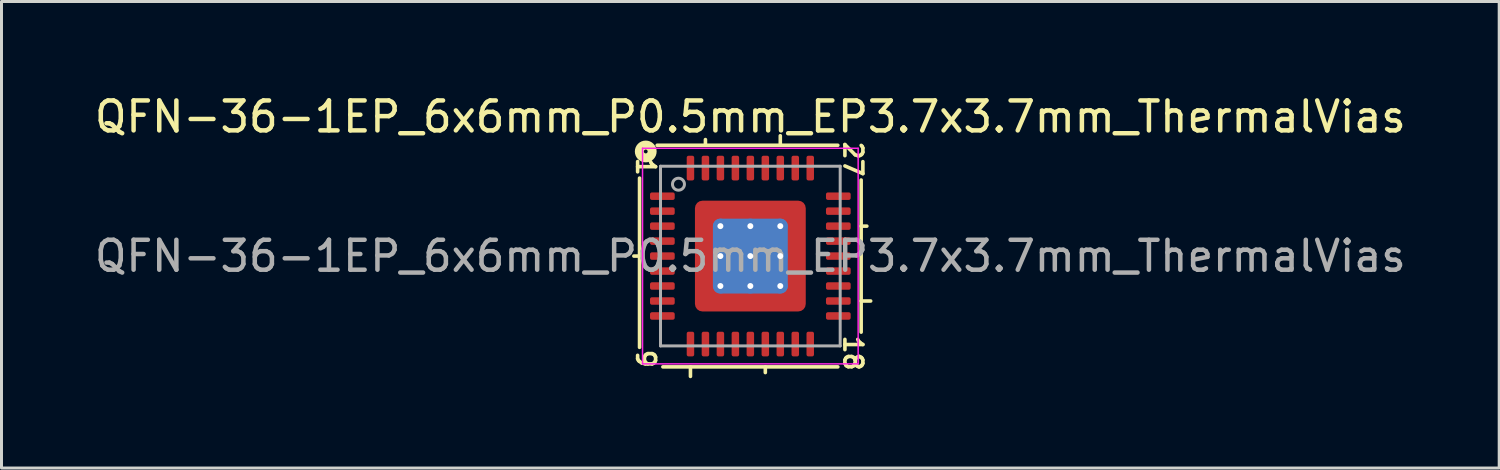
<source format=kicad_pcb>
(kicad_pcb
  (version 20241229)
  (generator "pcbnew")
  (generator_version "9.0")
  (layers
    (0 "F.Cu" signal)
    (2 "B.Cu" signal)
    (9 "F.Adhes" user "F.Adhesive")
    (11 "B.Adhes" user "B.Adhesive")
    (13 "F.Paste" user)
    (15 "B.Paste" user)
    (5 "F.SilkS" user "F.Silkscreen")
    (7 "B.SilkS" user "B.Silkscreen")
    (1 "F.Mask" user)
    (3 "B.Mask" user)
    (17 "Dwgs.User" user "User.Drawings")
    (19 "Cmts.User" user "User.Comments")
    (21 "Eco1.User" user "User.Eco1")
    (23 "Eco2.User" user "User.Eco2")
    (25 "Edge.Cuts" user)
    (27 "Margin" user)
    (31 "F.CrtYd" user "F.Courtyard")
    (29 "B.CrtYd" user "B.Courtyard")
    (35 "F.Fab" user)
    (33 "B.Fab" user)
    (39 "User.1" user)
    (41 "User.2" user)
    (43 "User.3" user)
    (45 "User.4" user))
  (footprint "QFN-36-1EP_6x6mm_P0.5mm_EP3.7x3.7mm_ThermalVias"
    (layer "F.Cu")
    (at 22.006 5.501)
    (property "Reference" "QFN-36-1EP_6x6mm_P0.5mm_EP3.7x3.7mm_ThermalVias" (at 0 -4.652 0) (layer "F.SilkS") (effects (font (size 1 1) (thickness 0.15))))
    (attr smd)
    (fp_line (start -3.7 -2.603) (end -3.7 3.048) (stroke (width 0.12) (type solid)) (layer "F.SilkS"))
    (fp_line (start -3.7 0) (end -3.89 0) (stroke (width 0.12) (type solid)) (layer "F.SilkS"))
    (fp_line (start -2.921 3.7) (end 2.921 3.7) (stroke (width 0.12) (type solid)) (layer "F.SilkS"))
    (fp_line (start -2 3.7) (end -2 4.018) (stroke (width 0.12) (type solid)) (layer "F.SilkS"))
    (fp_line (start -1.5 -3.7) (end -1.5 -3.89) (stroke (width 0.12) (type solid)) (layer "F.SilkS"))
    (fp_line (start 0.5 3.7) (end 0.5 3.89) (stroke (width 0.12) (type solid)) (layer "F.SilkS"))
    (fp_line (start 1 -3.7) (end 1 -4.018) (stroke (width 0.12) (type solid)) (layer "F.SilkS"))
    (fp_line (start 2.921 -3.7) (end -3.111 -3.7) (stroke (width 0.12) (type solid)) (layer "F.SilkS"))
    (fp_line (start 3.7 -1) (end 3.89 -1) (stroke (width 0.12) (type solid)) (layer "F.SilkS"))
    (fp_line (start 3.7 1.5) (end 4.018 1.5) (stroke (width 0.12) (type solid)) (layer "F.SilkS"))
    (fp_line (start 3.7 2.54) (end 3.7 -2.54) (stroke (width 0.12) (type solid)) (layer "F.SilkS"))
    (fp_circle (center -3.493 -3.493) (end -3.429 -3.493) (stroke (width 0.3) (type solid)) (fill no) (layer "F.SilkS"))
    (fp_line (start -3.6 -3.6) (end -3.6 3.6) (stroke (width 0.05) (type solid)) (layer "F.CrtYd"))
    (fp_line (start -3.6 3.6) (end 3.6 3.6) (stroke (width 0.05) (type solid)) (layer "F.CrtYd"))
    (fp_line (start 3.6 -3.6) (end -3.6 -3.6) (stroke (width 0.05) (type solid)) (layer "F.CrtYd"))
    (fp_line (start 3.6 3.6) (end 3.6 -3.6) (stroke (width 0.05) (type solid)) (layer "F.CrtYd"))
    (fp_line (start -3 -3) (end 3 -3) (stroke (width 0.1) (type solid)) (layer "F.Fab"))
    (fp_line (start -3 3) (end -3 -3) (stroke (width 0.1) (type solid)) (layer "F.Fab"))
    (fp_line (start 3 -3) (end 3 3) (stroke (width 0.1) (type solid)) (layer "F.Fab"))
    (fp_line (start 3 3) (end -3 3) (stroke (width 0.1) (type solid)) (layer "F.Fab"))
    (fp_circle (center -2.4 -2.4) (end -2.2 -2.4) (stroke (width 0.1) (type solid)) (fill no) (layer "F.Fab"))
    (fp_text user "18" (at 3.429 3.239 270) (unlocked yes) (layer "F.SilkS") (effects (font (size 0.6 0.6) (thickness 0.12))))
    (fp_text user "1" (at -3.493 -2.985 270) (unlocked yes) (layer "F.SilkS") (effects (font (size 0.6 0.6) (thickness 0.12))))
    (fp_text user "27" (at 3.429 -3.239 270) (unlocked yes) (layer "F.SilkS") (effects (font (size 0.6 0.6) (thickness 0.12))))
    (fp_text user "9" (at -3.493 3.429 270) (unlocked yes) (layer "F.SilkS") (effects (font (size 0.6 0.6) (thickness 0.12))))
    (fp_text user "${REFERENCE}" (at 0 0 0) (layer "F.Fab") (effects (font (size 1 1) (thickness 0.15))))
    (pad "" smd custom (at -1.425 -1.425) (size 0.602 0.602) (layers "F.Paste") (options (anchor circle)) (primitives (gr_poly (pts (xy 0.259 0.19) (xy 0.19 0.259) (xy -0.259 0.259) (xy -0.259 -0.259) (xy 0.259 -0.259)) (width 0.167) (fill yes))))
    (pad "" smd custom (at -1.425 -0.5) (size 0.612 0.612) (layers "F.Paste") (options (anchor circle)) (primitives (gr_poly (pts (xy 0.269 -0.269) (xy 0.269 0.269) (xy 0.209 0.33) (xy -0.269 0.33) (xy -0.269 -0.33) (xy 0.209 -0.33)) (width 0.147) (fill yes))))
    (pad "" smd custom (at -1.425 0.5) (size 0.612 0.612) (layers "F.Paste") (options (anchor circle)) (primitives (gr_poly (pts (xy 0.269 -0.269) (xy 0.269 0.269) (xy 0.209 0.33) (xy -0.269 0.33) (xy -0.269 -0.33) (xy 0.209 -0.33)) (width 0.147) (fill yes))))
    (pad "" smd custom (at -1.425 1.425) (size 0.602 0.602) (layers "F.Paste") (options (anchor circle)) (primitives (gr_poly (pts (xy 0.259 -0.19) (xy 0.259 0.259) (xy -0.259 0.259) (xy -0.259 -0.259) (xy 0.19 -0.259)) (width 0.167) (fill yes))))
    (pad "" smd custom (at -0.5 -1.425) (size 0.612 0.612) (layers "F.Paste") (options (anchor circle)) (primitives (gr_poly (pts (xy 0.33 0.209) (xy 0.269 0.269) (xy -0.269 0.269) (xy -0.33 0.209) (xy -0.33 -0.269) (xy 0.33 -0.269)) (width 0.147) (fill yes))))
    (pad "" smd roundrect (at -0.5 -0.5) (size 0.806 0.806) (layers "F.Paste") (roundrect_rratio 0.25))
    (pad "" smd roundrect (at -0.5 0.5) (size 0.806 0.806) (layers "F.Paste") (roundrect_rratio 0.25))
    (pad "" smd custom (at -0.5 1.425) (size 0.612 0.612) (layers "F.Paste") (options (anchor circle)) (primitives (gr_poly (pts (xy 0.33 -0.209) (xy 0.33 0.269) (xy -0.33 0.269) (xy -0.33 -0.209) (xy -0.269 -0.269) (xy 0.269 -0.269)) (width 0.147) (fill yes))))
    (pad "" smd custom (at 0.5 -1.425) (size 0.612 0.612) (layers "F.Paste") (options (anchor circle)) (primitives (gr_poly (pts (xy 0.33 0.209) (xy 0.269 0.269) (xy -0.269 0.269) (xy -0.33 0.209) (xy -0.33 -0.269) (xy 0.33 -0.269)) (width 0.147) (fill yes))))
    (pad "" smd roundrect (at 0.5 -0.5) (size 0.806 0.806) (layers "F.Paste") (roundrect_rratio 0.25))
    (pad "" smd roundrect (at 0.5 0.5) (size 0.806 0.806) (layers "F.Paste") (roundrect_rratio 0.25))
    (pad "" smd custom (at 0.5 1.425) (size 0.612 0.612) (layers "F.Paste") (options (anchor circle)) (primitives (gr_poly (pts (xy 0.33 -0.209) (xy 0.33 0.269) (xy -0.33 0.269) (xy -0.33 -0.209) (xy -0.269 -0.269) (xy 0.269 -0.269)) (width 0.147) (fill yes))))
    (pad "" smd custom (at 1.425 -1.425) (size 0.602 0.602) (layers "F.Paste") (options (anchor circle)) (primitives (gr_poly (pts (xy 0.259 0.259) (xy -0.19 0.259) (xy -0.259 0.19) (xy -0.259 -0.259) (xy 0.259 -0.259)) (width 0.167) (fill yes))))
    (pad "" smd custom (at 1.425 -0.5) (size 0.612 0.612) (layers "F.Paste") (options (anchor circle)) (primitives (gr_poly (pts (xy 0.269 0.33) (xy -0.209 0.33) (xy -0.269 0.269) (xy -0.269 -0.269) (xy -0.209 -0.33) (xy 0.269 -0.33)) (width 0.147) (fill yes))))
    (pad "" smd custom (at 1.425 0.5) (size 0.612 0.612) (layers "F.Paste") (options (anchor circle)) (primitives (gr_poly (pts (xy 0.269 0.33) (xy -0.209 0.33) (xy -0.269 0.269) (xy -0.269 -0.269) (xy -0.209 -0.33) (xy 0.269 -0.33)) (width 0.147) (fill yes))))
    (pad "" smd custom (at 1.425 1.425) (size 0.602 0.602) (layers "F.Paste") (options (anchor circle)) (primitives (gr_poly (pts (xy 0.259 0.259) (xy -0.259 0.259) (xy -0.259 -0.19) (xy -0.19 -0.259) (xy 0.259 -0.259)) (width 0.167) (fill yes))))
    (pad "1" smd roundrect (at -2.938 -2) (size 0.825 0.25) (layers "F.Cu" "F.Mask" "F.Paste") (roundrect_rratio 0.25))
    (pad "2" smd roundrect (at -2.938 -1.5) (size 0.825 0.25) (layers "F.Cu" "F.Mask" "F.Paste") (roundrect_rratio 0.25))
    (pad "3" smd roundrect (at -2.938 -1) (size 0.825 0.25) (layers "F.Cu" "F.Mask" "F.Paste") (roundrect_rratio 0.25))
    (pad "4" smd roundrect (at -2.938 -0.5) (size 0.825 0.25) (layers "F.Cu" "F.Mask" "F.Paste") (roundrect_rratio 0.25))
    (pad "5" smd roundrect (at -2.938 0) (size 0.825 0.25) (layers "F.Cu" "F.Mask" "F.Paste") (roundrect_rratio 0.25))
    (pad "6" smd roundrect (at -2.938 0.5) (size 0.825 0.25) (layers "F.Cu" "F.Mask" "F.Paste") (roundrect_rratio 0.25))
    (pad "7" smd roundrect (at -2.938 1) (size 0.825 0.25) (layers "F.Cu" "F.Mask" "F.Paste") (roundrect_rratio 0.25))
    (pad "8" smd roundrect (at -2.938 1.5) (size 0.825 0.25) (layers "F.Cu" "F.Mask" "F.Paste") (roundrect_rratio 0.25))
    (pad "9" smd roundrect (at -2.938 2) (size 0.825 0.25) (layers "F.Cu" "F.Mask" "F.Paste") (roundrect_rratio 0.25))
    (pad "10" smd roundrect (at -2 2.938) (size 0.25 0.825) (layers "F.Cu" "F.Mask" "F.Paste") (roundrect_rratio 0.25))
    (pad "11" smd roundrect (at -1.5 2.938) (size 0.25 0.825) (layers "F.Cu" "F.Mask" "F.Paste") (roundrect_rratio 0.25))
    (pad "12" smd roundrect (at -1 2.938) (size 0.25 0.825) (layers "F.Cu" "F.Mask" "F.Paste") (roundrect_rratio 0.25))
    (pad "13" smd roundrect (at -0.5 2.938) (size 0.25 0.825) (layers "F.Cu" "F.Mask" "F.Paste") (roundrect_rratio 0.25))
    (pad "14" smd roundrect (at 0 2.938) (size 0.25 0.825) (layers "F.Cu" "F.Mask" "F.Paste") (roundrect_rratio 0.25))
    (pad "15" smd roundrect (at 0.5 2.938) (size 0.25 0.825) (layers "F.Cu" "F.Mask" "F.Paste") (roundrect_rratio 0.25))
    (pad "16" smd roundrect (at 1 2.938) (size 0.25 0.825) (layers "F.Cu" "F.Mask" "F.Paste") (roundrect_rratio 0.25))
    (pad "17" smd roundrect (at 1.5 2.938) (size 0.25 0.825) (layers "F.Cu" "F.Mask" "F.Paste") (roundrect_rratio 0.25))
    (pad "18" smd roundrect (at 2 2.938) (size 0.25 0.825) (layers "F.Cu" "F.Mask" "F.Paste") (roundrect_rratio 0.25))
    (pad "19" smd roundrect (at 2.938 2) (size 0.825 0.25) (layers "F.Cu" "F.Mask" "F.Paste") (roundrect_rratio 0.25))
    (pad "20" smd roundrect (at 2.938 1.5) (size 0.825 0.25) (layers "F.Cu" "F.Mask" "F.Paste") (roundrect_rratio 0.25))
    (pad "21" smd roundrect (at 2.938 1) (size 0.825 0.25) (layers "F.Cu" "F.Mask" "F.Paste") (roundrect_rratio 0.25))
    (pad "22" smd roundrect (at 2.938 0.5) (size 0.825 0.25) (layers "F.Cu" "F.Mask" "F.Paste") (roundrect_rratio 0.25))
    (pad "23" smd roundrect (at 2.938 0) (size 0.825 0.25) (layers "F.Cu" "F.Mask" "F.Paste") (roundrect_rratio 0.25))
    (pad "24" smd roundrect (at 2.938 -0.5) (size 0.825 0.25) (layers "F.Cu" "F.Mask" "F.Paste") (roundrect_rratio 0.25))
    (pad "25" smd roundrect (at 2.938 -1) (size 0.825 0.25) (layers "F.Cu" "F.Mask" "F.Paste") (roundrect_rratio 0.25))
    (pad "26" smd roundrect (at 2.938 -1.5) (size 0.825 0.25) (layers "F.Cu" "F.Mask" "F.Paste") (roundrect_rratio 0.25))
    (pad "27" smd roundrect (at 2.938 -2) (size 0.825 0.25) (layers "F.Cu" "F.Mask" "F.Paste") (roundrect_rratio 0.25))
    (pad "28" smd roundrect (at 2 -2.938) (size 0.25 0.825) (layers "F.Cu" "F.Mask" "F.Paste") (roundrect_rratio 0.25))
    (pad "29" smd roundrect (at 1.5 -2.938) (size 0.25 0.825) (layers "F.Cu" "F.Mask" "F.Paste") (roundrect_rratio 0.25))
    (pad "30" smd roundrect (at 1 -2.938) (size 0.25 0.825) (layers "F.Cu" "F.Mask" "F.Paste") (roundrect_rratio 0.25))
    (pad "31" smd roundrect (at 0.5 -2.938) (size 0.25 0.825) (layers "F.Cu" "F.Mask" "F.Paste") (roundrect_rratio 0.25))
    (pad "32" smd roundrect (at 0 -2.938) (size 0.25 0.825) (layers "F.Cu" "F.Mask" "F.Paste") (roundrect_rratio 0.25))
    (pad "33" smd roundrect (at -0.5 -2.938) (size 0.25 0.825) (layers "F.Cu" "F.Mask" "F.Paste") (roundrect_rratio 0.25))
    (pad "34" smd roundrect (at -1 -2.938) (size 0.25 0.825) (layers "F.Cu" "F.Mask" "F.Paste") (roundrect_rratio 0.25))
    (pad "35" smd roundrect (at -1.5 -2.938) (size 0.25 0.825) (layers "F.Cu" "F.Mask" "F.Paste") (roundrect_rratio 0.25))
    (pad "36" smd roundrect (at -2 -2.938) (size 0.25 0.825) (layers "F.Cu" "F.Mask" "F.Paste") (roundrect_rratio 0.25))
    (pad "37" thru_hole circle (at -1 -1) (size 0.5 0.5) (drill 0.2) (property pad_prop_heatsink) (layers "*.Cu"))
    (pad "37" thru_hole circle (at -1 0) (size 0.5 0.5) (drill 0.2) (property pad_prop_heatsink) (layers "*.Cu"))
    (pad "37" thru_hole circle (at -1 1) (size 0.5 0.5) (drill 0.2) (property pad_prop_heatsink) (layers "*.Cu"))
    (pad "37" thru_hole circle (at 0 -1) (size 0.5 0.5) (drill 0.2) (property pad_prop_heatsink) (layers "*.Cu"))
    (pad "37" thru_hole circle (at 0 0) (size 0.5 0.5) (drill 0.2) (property pad_prop_heatsink) (layers "*.Cu"))
    (pad "37" smd roundrect (at 0 0) (size 2.5 2.5) (layers "B.Cu" "B.Mask") (roundrect_rratio 0.1))
    (pad "37" smd roundrect (at 0 0) (size 3.7 3.7) (layers "F.Cu" "F.Mask") (roundrect_rratio 0.068))
    (pad "37" thru_hole circle (at 0 1) (size 0.5 0.5) (drill 0.2) (property pad_prop_heatsink) (layers "*.Cu"))
    (pad "37" thru_hole circle (at 1 -1) (size 0.5 0.5) (drill 0.2) (property pad_prop_heatsink) (layers "*.Cu"))
    (pad "37" thru_hole circle (at 1 0) (size 0.5 0.5) (drill 0.2) (property pad_prop_heatsink) (layers "*.Cu"))
    (pad "37" thru_hole circle (at 1 1) (size 0.5 0.5) (drill 0.2) (property pad_prop_heatsink) (layers "*.Cu")))
  (gr_rect
    (start -3 -3)
    (end 47.012 12.578)
    (stroke (width 0.1) (type default))
    (fill no)
    (layer "Edge.Cuts")))
</source>
